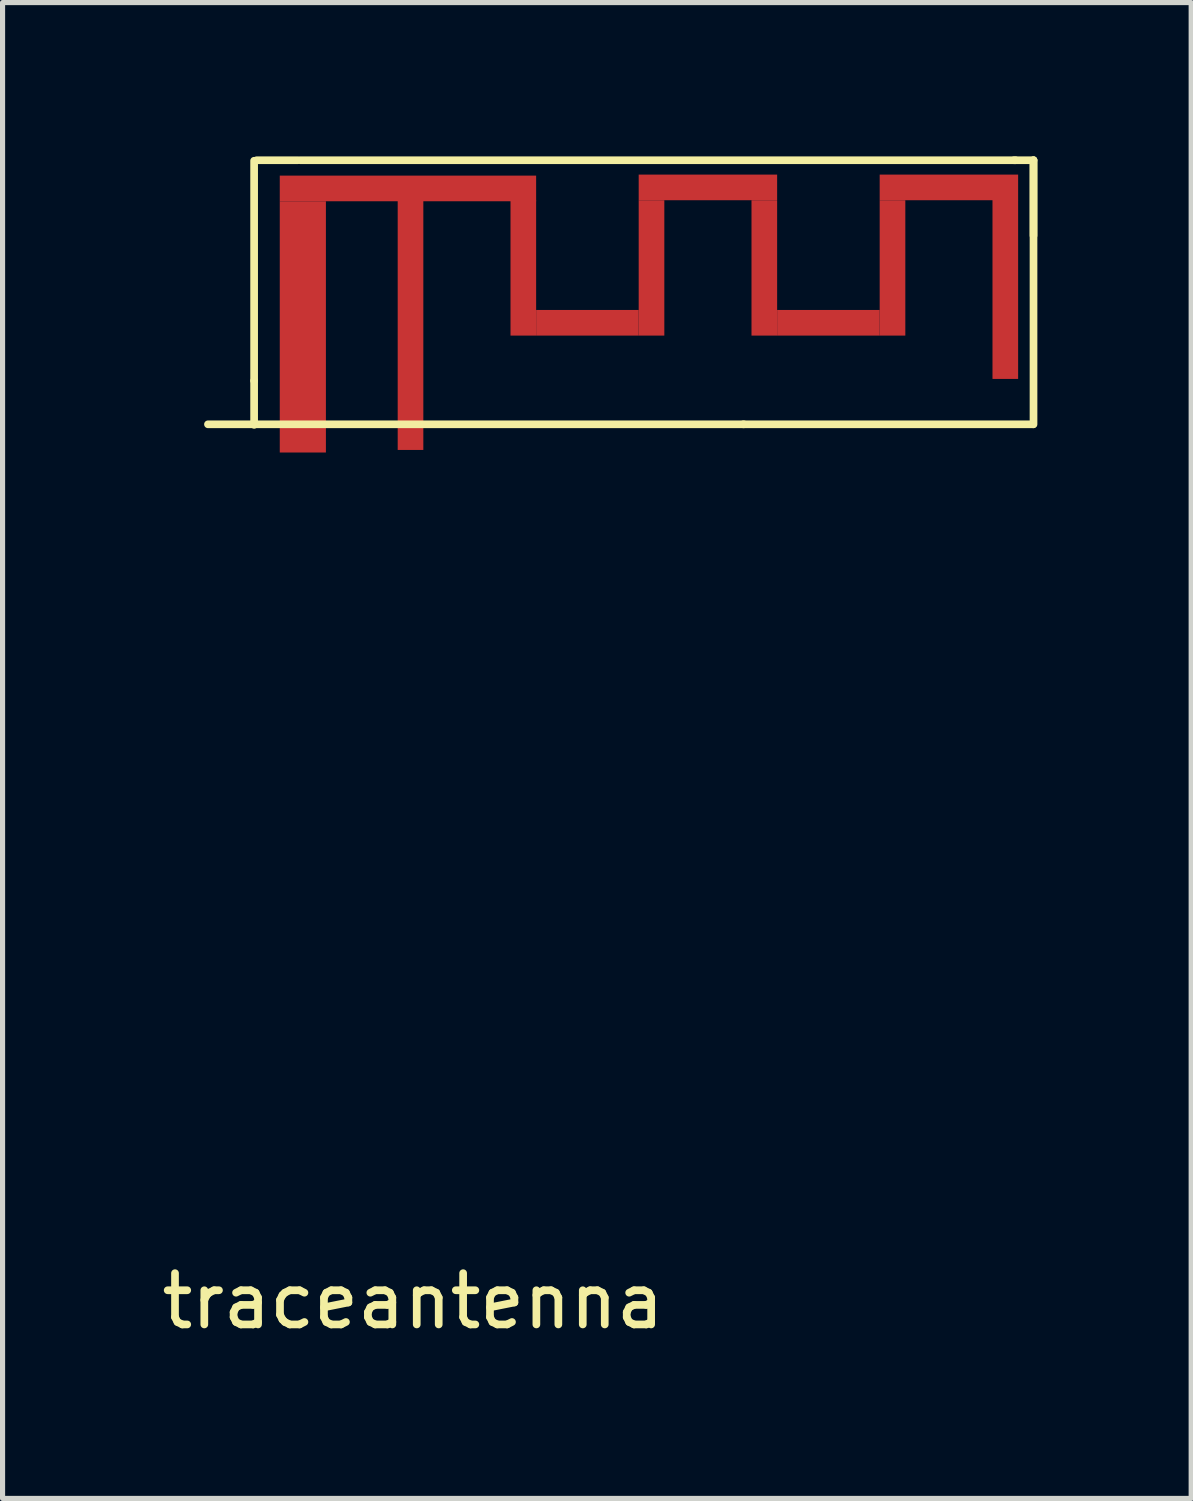
<source format=kicad_pcb>
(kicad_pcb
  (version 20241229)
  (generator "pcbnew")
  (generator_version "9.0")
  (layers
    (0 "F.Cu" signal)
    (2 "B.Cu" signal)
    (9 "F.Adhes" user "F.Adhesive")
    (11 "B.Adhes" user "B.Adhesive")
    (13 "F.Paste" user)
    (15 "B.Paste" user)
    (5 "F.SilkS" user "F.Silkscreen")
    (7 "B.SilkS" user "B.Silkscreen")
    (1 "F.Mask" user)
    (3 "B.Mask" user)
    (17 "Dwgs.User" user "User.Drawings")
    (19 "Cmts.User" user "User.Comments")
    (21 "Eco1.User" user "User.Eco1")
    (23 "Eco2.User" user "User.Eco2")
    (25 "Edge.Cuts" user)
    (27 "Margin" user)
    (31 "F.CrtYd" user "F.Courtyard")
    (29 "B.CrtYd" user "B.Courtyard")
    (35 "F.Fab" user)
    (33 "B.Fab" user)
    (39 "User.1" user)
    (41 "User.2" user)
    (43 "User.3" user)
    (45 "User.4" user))
  (footprint "traceantenna"
    (layer "F.Cu")
    (at 5.006 5.225)
    (property "Reference" "traceantenna" (at 0 17.1 0) (layer "F.SilkS") (effects (font (size 1 1) (thickness 0.15))))
    (attr through_hole)
    (fp_line (start -4 0) (end 6.45 0) (stroke (width 0.15) (type solid)) (layer "F.SilkS"))
    (fp_line (start -3.1 -5.14) (end -3.1 0.01) (stroke (width 0.15) (type solid)) (layer "F.SilkS"))
    (fp_line (start -3.1 -0.85) (end -3.1 -0.85) (stroke (width 0.15) (type solid)) (layer "F.SilkS"))
    (fp_line (start -2.25 -5.15) (end -3.05 -5.15) (stroke (width 0.15) (type solid)) (layer "F.SilkS"))
    (fp_line (start -2.2 -5.15) (end 11.75 -5.15) (stroke (width 0.15) (type solid)) (layer "F.SilkS"))
    (fp_line (start 6.44 0) (end 12.09 0) (stroke (width 0.15) (type solid)) (layer "F.SilkS"))
    (fp_line (start 11.72 -5.15) (end 12.1 -5.15) (stroke (width 0.15) (type solid)) (layer "F.SilkS"))
    (fp_line (start 12.1 -5.15) (end 12.1 0) (stroke (width 0.15) (type solid)) (layer "F.SilkS"))
    (fp_line (start 12.1 -3.68) (end 12.1 -5.15) (stroke (width 0.15) (type solid)) (layer "F.SilkS"))
    (pad "1" smd rect (at -0.1 -4.6) (size 5 0.5) (layers "F.Cu" "F.Mask" "F.Paste"))
    (pad "2" smd rect (at -0.05 -1.95) (size 0.5 4.9) (layers "F.Cu" "F.Mask" "F.Paste"))
    (pad "3" smd rect (at -2.15 -1.9) (size 0.9 4.9) (layers "F.Cu" "F.Mask" "F.Paste"))
    (pad "4" smd rect (at 2.15 -3.05) (size 0.5 2.64) (layers "F.Cu" "F.Mask" "F.Paste"))
    (pad "7" smd rect (at 3.4 -1.98) (size 2 0.5) (layers "F.Cu" "F.Mask" "F.Paste"))
    (pad "7" smd rect (at 8.1 -1.98) (size 2 0.5) (layers "F.Cu" "F.Mask" "F.Paste"))
    (pad "8" smd rect (at 4.65 -3.05) (size 0.5 2.64) (layers "F.Cu" "F.Mask" "F.Paste"))
    (pad "8" smd rect (at 6.85 -3.05) (size 0.5 2.64) (layers "F.Cu" "F.Mask" "F.Paste"))
    (pad "8" smd rect (at 9.35 -3.05) (size 0.5 2.64) (layers "F.Cu" "F.Mask" "F.Paste"))
    (pad "9" smd rect (at 5.75 -4.62) (size 2.7 0.5) (layers "F.Cu" "F.Mask" "F.Paste"))
    (pad "9" smd rect (at 10.45 -4.62) (size 2.7 0.5) (layers "F.Cu" "F.Mask" "F.Paste"))
    (pad "10" smd rect (at 11.55 -2.63) (size 0.5 3.49) (layers "F.Cu" "F.Mask" "F.Paste")))
  (gr_rect
    (start -3 -3)
    (end 20.181 26.173)
    (stroke (width 0.1) (type default))
    (fill no)
    (layer "Edge.Cuts")))
</source>
